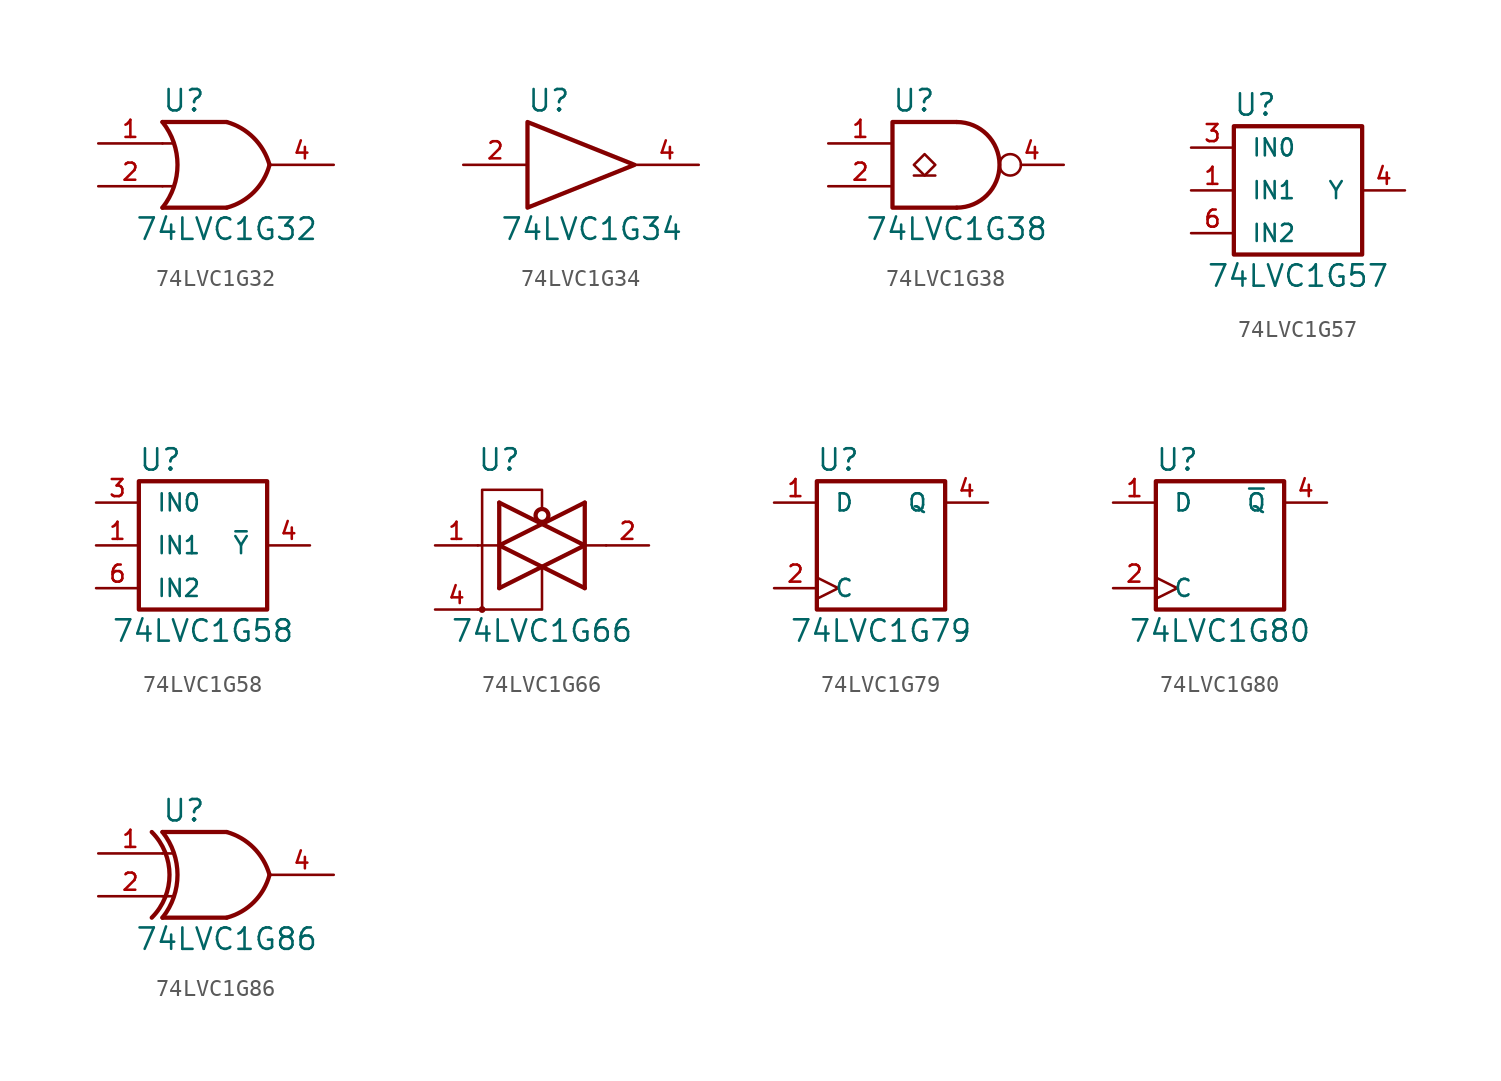
<source format=kicad_sym>
(kicad_symbol_lib
  (version 20201005)
  (generator kicad_symbol_editor)
  (symbol "74xGxx:74LVC1G32"
    (pin_names
      (offset 1.016))
    (property "Reference" "U"
      (at -2.54 3.81 0)
      (effects (font (size 1.27 1.27))))
    (property "Value" "74LVC1G32"
      (at 0 -3.81 0)
      (effects (font (size 1.27 1.27))))
    (symbol "74LVC1G32_0_1"
      (arc (start -3.81 2.54) (end -3.81 -2.54) (radius (at -6.985 0) (length 4.064) (angles 38.6 -38.6)) (stroke (width 0.254)) (fill (type none)))
      (arc (start 0 2.54) (end 2.54 0) (radius (at -0.9652 -0.9398) (length 3.6068) (angles 74.4 15)) (stroke (width 0.254)) (fill (type none)))
      (arc (start 0 -2.54) (end 2.54 0) (radius (at -0.9652 0.9398) (length 3.6068) (angles -74.4 -15)) (stroke (width 0.254)) (fill (type none)))
      (polyline (pts (xy -3.81 -1.27) (xy -3.175 -1.27)) (stroke (width 0)) (fill (type none)))
      (polyline (pts (xy -3.81 1.27) (xy -3.175 1.27)) (stroke (width 0)) (fill (type none)))
      (polyline (pts (xy 0 -2.54) (xy -3.81 -2.54)) (stroke (width 0.254)) (fill (type background)))
      (polyline (pts (xy 0 2.54) (xy -3.81 2.54)) (stroke (width 0.254)) (fill (type background))))
    (symbol "74LVC1G32_1_1"
      (pin input line (at -7.62 1.27 0) (length 3.81) (name "~" (effects (font (size 1.016 1.016)))) (number "1" (effects (font (size 1.016 1.016)))))
      (pin input line (at -7.62 -1.27 0) (length 3.81) (name "~" (effects (font (size 1.016 1.016)))) (number "2" (effects (font (size 1.016 1.016)))))
      (pin power_in line (at 0 -2.54 270) (length 0) hide (name "GND" (effects (font (size 1.016 1.016)))) (number "3" (effects (font (size 1.016 1.016)))))
      (pin output line (at 6.35 0 180) (length 3.81) (name "~" (effects (font (size 1.016 1.016)))) (number "4" (effects (font (size 1.016 1.016)))))
      (pin power_in line (at 0 2.54 90) (length 0) hide (name "VCC" (effects (font (size 1.016 1.016)))) (number "5" (effects (font (size 1.016 1.016)))))))
  (symbol "74xGxx:74LVC1G34"
    (pin_names
      (offset 1.016))
    (property "Reference" "U"
      (at -2.54 3.81 0)
      (effects (font (size 1.27 1.27))))
    (property "Value" "74LVC1G34"
      (at 0 -3.81 0)
      (effects (font (size 1.27 1.27))))
    (symbol "74LVC1G34_0_1"
      (polyline (pts (xy -3.81 2.54) (xy -3.81 -2.54) (xy 2.54 0) (xy -3.81 2.54)) (stroke (width 0.254)) (fill (type none))))
    (symbol "74LVC1G34_1_1"
      (pin input line (at -7.62 0 0) (length 3.81) (name "~" (effects (font (size 1.016 1.016)))) (number "2" (effects (font (size 1.016 1.016)))))
      (pin power_in line (at 0 -2.54 270) (length 0) hide (name "GND" (effects (font (size 1.016 1.016)))) (number "3" (effects (font (size 1.016 1.016)))))
      (pin output line (at 6.35 0 180) (length 3.81) (name "~" (effects (font (size 1.016 1.016)))) (number "4" (effects (font (size 1.016 1.016)))))
      (pin power_in line (at 0 2.54 90) (length 0) hide (name "VCC" (effects (font (size 1.016 1.016)))) (number "5" (effects (font (size 1.016 1.016)))))))
  (symbol "74xGxx:74LVC1G38"
    (pin_names
      (offset 1.016))
    (property "Reference" "U"
      (at -2.54 3.81 0)
      (effects (font (size 1.27 1.27))))
    (property "Value" "74LVC1G38"
      (at 0 -3.81 0)
      (effects (font (size 1.27 1.27))))
    (symbol "74LVC1G38_0_1"
      (arc (start 0 -2.54) (end 0 2.54) (radius (at 0 0) (length 2.54) (angles -89.9 89.9)) (stroke (width 0.254)) (fill (type none)))
      (polyline (pts (xy -2.54 -0.635) (xy -1.27 -0.635)) (stroke (width 0)) (fill (type none)))
      (polyline (pts (xy 0 -2.54) (xy -3.81 -2.54) (xy -3.81 2.54) (xy 0 2.54)) (stroke (width 0.254)) (fill (type none)))
      (polyline (pts (xy -1.905 0.635) (xy -2.54 0) (xy -1.905 -0.635) (xy -1.27 0) (xy -1.905 0.635)) (stroke (width 0)) (fill (type none))))
    (symbol "74LVC1G38_1_1"
      (pin input line (at -7.62 1.27 0) (length 3.81) (name "~" (effects (font (size 1.016 1.016)))) (number "1" (effects (font (size 1.016 1.016)))))
      (pin input line (at -7.62 -1.27 0) (length 3.81) (name "~" (effects (font (size 1.016 1.016)))) (number "2" (effects (font (size 1.016 1.016)))))
      (pin power_in line (at 0 -2.54 270) (length 0) hide (name "GND" (effects (font (size 1.016 1.016)))) (number "3" (effects (font (size 1.016 1.016)))))
      (pin output inverted (at 6.35 0 180) (length 3.81) (name "~" (effects (font (size 1.016 1.016)))) (number "4" (effects (font (size 1.016 1.016)))))
      (pin power_in line (at 0 2.54 90) (length 0) hide (name "VCC" (effects (font (size 1.016 1.016)))) (number "5" (effects (font (size 1.016 1.016)))))))
  (symbol "74xGxx:74LVC1G57"
    (pin_names
      (offset 1.016))
    (property "Reference" "U"
      (at -2.54 5.08 0)
      (effects (font (size 1.27 1.27))))
    (property "Value" "74LVC1G57"
      (at 0 -5.08 0)
      (effects (font (size 1.27 1.27))))
    (symbol "74LVC1G57_0_1"
      (rectangle (start -3.81 3.81) (end 3.81 -3.81) (stroke (width 0.254)) (fill (type none))))
    (symbol "74LVC1G57_1_1"
      (pin input line (at -6.35 0 0) (length 2.54) (name "IN1" (effects (font (size 1.016 1.016)))) (number "1" (effects (font (size 1.016 1.016)))))
      (pin power_in line (at 0 -3.81 270) (length 0) hide (name "GND" (effects (font (size 1.016 1.016)))) (number "2" (effects (font (size 1.016 1.016)))))
      (pin input line (at -6.35 2.54 0) (length 2.54) (name "IN0" (effects (font (size 1.016 1.016)))) (number "3" (effects (font (size 1.016 1.016)))))
      (pin output line (at 6.35 0 180) (length 2.54) (name "Y" (effects (font (size 1.016 1.016)))) (number "4" (effects (font (size 1.016 1.016)))))
      (pin power_in line (at 0 3.81 90) (length 0) hide (name "VCC" (effects (font (size 1.016 1.016)))) (number "5" (effects (font (size 1.016 1.016)))))
      (pin input line (at -6.35 -2.54 0) (length 2.54) (name "IN2" (effects (font (size 1.016 1.016)))) (number "6" (effects (font (size 1.016 1.016)))))))
  (symbol "74xGxx:74LVC1G58"
    (pin_names
      (offset 1.016))
    (property "Reference" "U"
      (at -2.54 5.08 0)
      (effects (font (size 1.27 1.27))))
    (property "Value" "74LVC1G58"
      (at 0 -5.08 0)
      (effects (font (size 1.27 1.27))))
    (symbol "74LVC1G58_0_1"
      (rectangle (start -3.81 3.81) (end 3.81 -3.81) (stroke (width 0.254)) (fill (type none))))
    (symbol "74LVC1G58_1_1"
      (pin input line (at -6.35 0 0) (length 2.54) (name "IN1" (effects (font (size 1.016 1.016)))) (number "1" (effects (font (size 1.016 1.016)))))
      (pin power_in line (at 0 -3.81 270) (length 0) hide (name "GND" (effects (font (size 1.016 1.016)))) (number "2" (effects (font (size 1.016 1.016)))))
      (pin input line (at -6.35 2.54 0) (length 2.54) (name "IN0" (effects (font (size 1.016 1.016)))) (number "3" (effects (font (size 1.016 1.016)))))
      (pin output line (at 6.35 0 180) (length 2.54) (name "~Y" (effects (font (size 1.016 1.016)))) (number "4" (effects (font (size 1.016 1.016)))))
      (pin power_in line (at 0 3.81 90) (length 0) hide (name "VCC" (effects (font (size 1.016 1.016)))) (number "5" (effects (font (size 1.016 1.016)))))
      (pin input line (at -6.35 -2.54 0) (length 2.54) (name "IN2" (effects (font (size 1.016 1.016)))) (number "6" (effects (font (size 1.016 1.016)))))))
  (symbol "74xGxx:74LVC1G66"
    (property "Reference" "U"
      (at -2.54 5.08 0)
      (effects (font (size 1.27 1.27))))
    (property "Value" "74LVC1G66"
      (at 0 -5.08 0)
      (effects (font (size 1.27 1.27))))
    (symbol "74LVC1G66_0_1"
      (circle (center -3.556 -3.81) (radius 0.127) (stroke (width 0)) (fill (type none)))
      (circle (center 0 1.778) (radius 0.381) (stroke (width 0.254)) (fill (type none)))
      (polyline (pts (xy -3.81 0) (xy -2.54 0)) (stroke (width 0)) (fill (type none)))
      (polyline (pts (xy -2.54 2.54) (xy -2.54 -2.54)) (stroke (width 0.254)) (fill (type none)))
      (polyline (pts (xy 2.54 0) (xy 3.81 0)) (stroke (width 0)) (fill (type none)))
      (polyline (pts (xy 2.54 2.54) (xy 2.54 -2.54)) (stroke (width 0.254)) (fill (type none)))
      (polyline (pts (xy -3.81 -3.81) (xy 0 -3.81) (xy 0 -1.27)) (stroke (width 0)) (fill (type none)))
      (polyline (pts (xy -2.54 -2.54) (xy 2.54 0) (xy -2.54 2.54)) (stroke (width 0.254)) (fill (type none)))
      (polyline (pts (xy 2.54 2.54) (xy -2.54 0) (xy 2.54 -2.54)) (stroke (width 0.254)) (fill (type none)))
      (polyline (pts (xy 0 2.159) (xy 0 3.302) (xy -3.556 3.302) (xy -3.556 -3.81)) (stroke (width 0)) (fill (type none))))
    (symbol "74LVC1G66_1_1"
      (pin bidirectional line (at -6.35 0 0) (length 2.54) (name "~" (effects (font (size 1.016 1.016)))) (number "1" (effects (font (size 1.016 1.016)))))
      (pin bidirectional line (at 6.35 0 180) (length 2.54) (name "~" (effects (font (size 1.016 1.016)))) (number "2" (effects (font (size 1.016 1.016)))))
      (pin power_in line (at 1.27 -3.81 270) (length 0) hide (name "GND" (effects (font (size 1.016 1.016)))) (number "3" (effects (font (size 1.016 1.016)))))
      (pin input line (at -6.35 -3.81 0) (length 2.54) (name "~" (effects (font (size 1.016 1.016)))) (number "4" (effects (font (size 1.016 1.016)))))
      (pin power_in line (at 1.27 3.81 90) (length 0) hide (name "VCC" (effects (font (size 1.016 1.016)))) (number "5" (effects (font (size 1.016 1.016)))))))
  (symbol "74xGxx:74LVC1G79"
    (pin_names
      (offset 1.016))
    (property "Reference" "U"
      (at -2.54 5.08 0)
      (effects (font (size 1.27 1.27))))
    (property "Value" "74LVC1G79"
      (at 0 -5.08 0)
      (effects (font (size 1.27 1.27))))
    (symbol "74LVC1G79_0_1"
      (rectangle (start -3.81 3.81) (end 3.81 -3.81) (stroke (width 0.254)) (fill (type none))))
    (symbol "74LVC1G79_1_1"
      (pin input line (at -6.35 2.54 0) (length 2.54) (name "D" (effects (font (size 1.016 1.016)))) (number "1" (effects (font (size 1.016 1.016)))))
      (pin input clock (at -6.35 -2.54 0) (length 2.54) (name "C" (effects (font (size 1.016 1.016)))) (number "2" (effects (font (size 1.016 1.016)))))
      (pin power_in line (at 0 -3.81 270) (length 0) hide (name "GND" (effects (font (size 1.016 1.016)))) (number "3" (effects (font (size 1.016 1.016)))))
      (pin output line (at 6.35 2.54 180) (length 2.54) (name "Q" (effects (font (size 1.016 1.016)))) (number "4" (effects (font (size 1.016 1.016)))))
      (pin power_in line (at 0 3.81 90) (length 0) hide (name "VCC" (effects (font (size 1.016 1.016)))) (number "5" (effects (font (size 1.016 1.016)))))))
  (symbol "74xGxx:74LVC1G80"
    (pin_names
      (offset 1.016))
    (property "Reference" "U"
      (at -2.54 5.08 0)
      (effects (font (size 1.27 1.27))))
    (property "Value" "74LVC1G80"
      (at 0 -5.08 0)
      (effects (font (size 1.27 1.27))))
    (symbol "74LVC1G80_0_1"
      (rectangle (start -3.81 3.81) (end 3.81 -3.81) (stroke (width 0.254)) (fill (type none))))
    (symbol "74LVC1G80_1_1"
      (pin input line (at -6.35 2.54 0) (length 2.54) (name "D" (effects (font (size 1.016 1.016)))) (number "1" (effects (font (size 1.016 1.016)))))
      (pin input clock (at -6.35 -2.54 0) (length 2.54) (name "C" (effects (font (size 1.016 1.016)))) (number "2" (effects (font (size 1.016 1.016)))))
      (pin power_in line (at 0 -3.81 270) (length 0) hide (name "GND" (effects (font (size 1.016 1.016)))) (number "3" (effects (font (size 1.016 1.016)))))
      (pin output line (at 6.35 2.54 180) (length 2.54) (name "~Q" (effects (font (size 1.016 1.016)))) (number "4" (effects (font (size 1.016 1.016)))))
      (pin power_in line (at 0 3.81 90) (length 0) hide (name "VCC" (effects (font (size 1.016 1.016)))) (number "5" (effects (font (size 1.016 1.016)))))))
  (symbol "74xGxx:74LVC1G86"
    (pin_names
      (offset 1.016))
    (property "Reference" "U"
      (at -2.54 3.81 0)
      (effects (font (size 1.27 1.27))))
    (property "Value" "74LVC1G86"
      (at 0 -3.81 0)
      (effects (font (size 1.27 1.27))))
    (symbol "74LVC1G86_0_1"
      (arc (start -3.81 2.54) (end -3.81 -2.54) (radius (at -6.985 0) (length 4.064) (angles 38.6 -38.6)) (stroke (width 0.254)) (fill (type none)))
      (arc (start -4.445 -2.54) (end -4.445 2.54) (radius (at -6.985 0) (length 3.5814) (angles -45 45)) (stroke (width 0.254)) (fill (type none)))
      (arc (start 0 2.54) (end 2.54 0) (radius (at -0.9652 -0.9398) (length 3.6068) (angles 74.4 15)) (stroke (width 0.254)) (fill (type none)))
      (arc (start 0 -2.54) (end 2.54 0) (radius (at -0.9652 0.9398) (length 3.6068) (angles -74.4 -15)) (stroke (width 0.254)) (fill (type none)))
      (polyline (pts (xy -3.81 -1.27) (xy -3.175 -1.27)) (stroke (width 0)) (fill (type none)))
      (polyline (pts (xy -3.81 1.27) (xy -3.175 1.27)) (stroke (width 0)) (fill (type none)))
      (polyline (pts (xy 0 -2.54) (xy -3.81 -2.54)) (stroke (width 0.254)) (fill (type background)))
      (polyline (pts (xy 0 2.54) (xy -3.81 2.54)) (stroke (width 0.254)) (fill (type background))))
    (symbol "74LVC1G86_1_1"
      (pin input line (at -7.62 1.27 0) (length 3.81) (name "~" (effects (font (size 1.016 1.016)))) (number "1" (effects (font (size 1.016 1.016)))))
      (pin input line (at -7.62 -1.27 0) (length 3.81) (name "~" (effects (font (size 1.016 1.016)))) (number "2" (effects (font (size 1.016 1.016)))))
      (pin power_in line (at 0 -2.54 270) (length 0) hide (name "GND" (effects (font (size 1.016 1.016)))) (number "3" (effects (font (size 1.016 1.016)))))
      (pin output line (at 6.35 0 180) (length 3.81) (name "~" (effects (font (size 1.016 1.016)))) (number "4" (effects (font (size 1.016 1.016)))))
      (pin power_in line (at 0 2.54 90) (length 0) hide (name "VCC" (effects (font (size 1.016 1.016)))) (number "5" (effects (font (size 1.016 1.016))))))))
</source>
